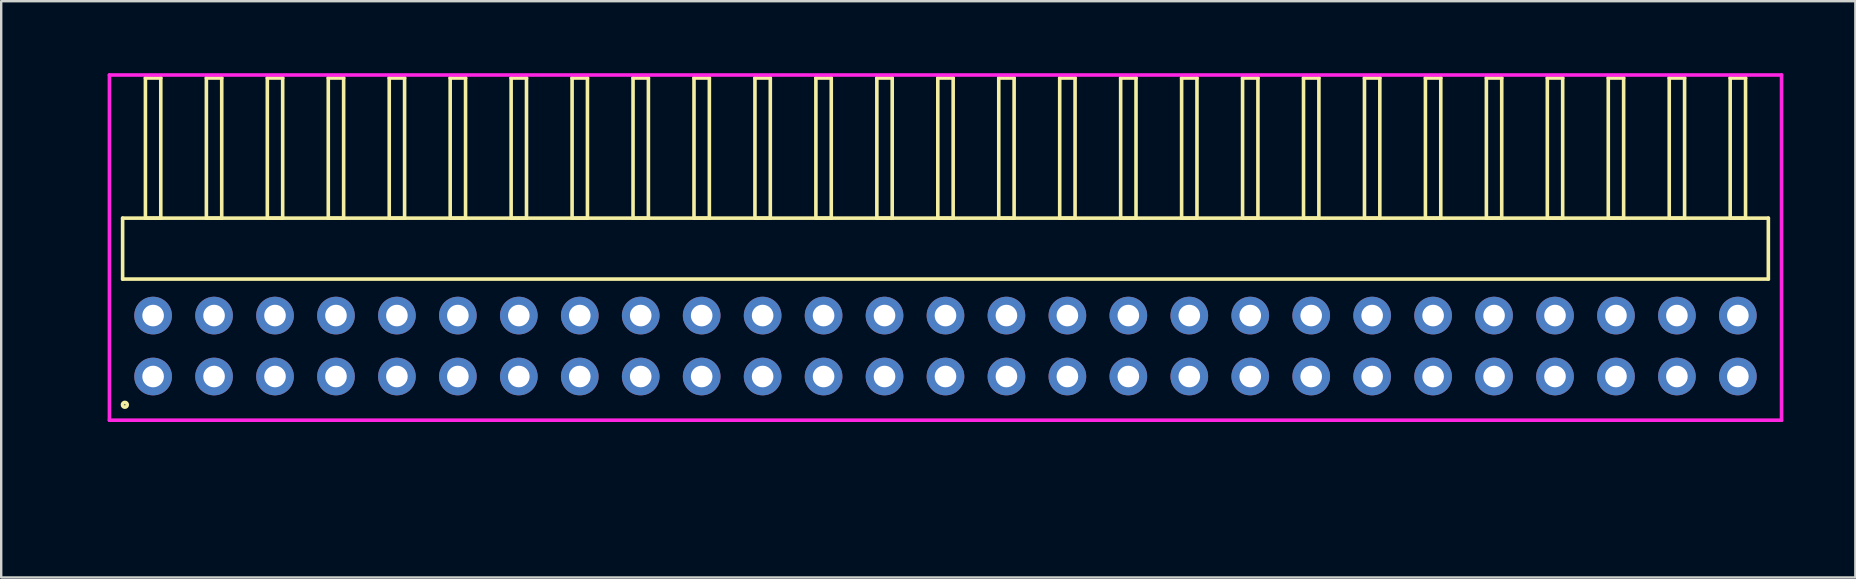
<source format=kicad_pcb>
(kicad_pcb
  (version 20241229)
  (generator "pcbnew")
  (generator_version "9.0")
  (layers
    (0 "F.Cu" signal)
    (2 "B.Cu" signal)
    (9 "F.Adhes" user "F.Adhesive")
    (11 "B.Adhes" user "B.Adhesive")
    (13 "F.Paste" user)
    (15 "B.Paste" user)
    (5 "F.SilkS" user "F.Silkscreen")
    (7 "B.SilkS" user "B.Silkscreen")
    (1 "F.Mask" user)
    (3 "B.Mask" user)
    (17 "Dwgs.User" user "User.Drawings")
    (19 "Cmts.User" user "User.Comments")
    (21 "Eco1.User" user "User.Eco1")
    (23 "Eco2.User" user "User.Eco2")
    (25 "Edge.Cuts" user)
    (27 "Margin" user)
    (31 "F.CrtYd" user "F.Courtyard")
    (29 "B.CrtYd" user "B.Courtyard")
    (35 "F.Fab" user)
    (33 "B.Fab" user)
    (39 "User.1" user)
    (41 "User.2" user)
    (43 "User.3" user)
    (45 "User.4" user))
  (footprint "HDR_RA254P27x2"
    (layer "F.Cu")
    (at 36.35 11.37)
    (property "Reference" "HDR_RA254P27x2" (at -35.59 0 90) (layer "User.1") (effects (font (size 1 1) (thickness 0.1))))
    (attr through_hole)
    (fp_line (start -34.29 -5.33) (end -34.29 -2.79) (stroke (width 0.15) (type solid)) (layer "F.SilkS"))
    (fp_line (start -34.29 -2.79) (end 34.29 -2.79) (stroke (width 0.15) (type solid)) (layer "F.SilkS"))
    (fp_line (start -33.34 -11.17) (end -33.34 -5.33) (stroke (width 0.15) (type solid)) (layer "F.SilkS"))
    (fp_line (start -33.34 -5.33) (end -32.7 -5.33) (stroke (width 0.15) (type solid)) (layer "F.SilkS"))
    (fp_line (start -32.7 -11.17) (end -33.34 -11.17) (stroke (width 0.15) (type solid)) (layer "F.SilkS"))
    (fp_line (start -32.7 -5.33) (end -32.7 -11.17) (stroke (width 0.15) (type solid)) (layer "F.SilkS"))
    (fp_line (start -30.8 -11.17) (end -30.8 -5.33) (stroke (width 0.15) (type solid)) (layer "F.SilkS"))
    (fp_line (start -30.8 -5.33) (end -30.16 -5.33) (stroke (width 0.15) (type solid)) (layer "F.SilkS"))
    (fp_line (start -30.16 -11.17) (end -30.8 -11.17) (stroke (width 0.15) (type solid)) (layer "F.SilkS"))
    (fp_line (start -30.16 -5.33) (end -30.16 -11.17) (stroke (width 0.15) (type solid)) (layer "F.SilkS"))
    (fp_line (start -28.26 -11.17) (end -28.26 -5.33) (stroke (width 0.15) (type solid)) (layer "F.SilkS"))
    (fp_line (start -28.26 -5.33) (end -27.62 -5.33) (stroke (width 0.15) (type solid)) (layer "F.SilkS"))
    (fp_line (start -27.62 -11.17) (end -28.26 -11.17) (stroke (width 0.15) (type solid)) (layer "F.SilkS"))
    (fp_line (start -27.62 -5.33) (end -27.62 -11.17) (stroke (width 0.15) (type solid)) (layer "F.SilkS"))
    (fp_line (start -25.72 -11.17) (end -25.72 -5.33) (stroke (width 0.15) (type solid)) (layer "F.SilkS"))
    (fp_line (start -25.72 -5.33) (end -25.08 -5.33) (stroke (width 0.15) (type solid)) (layer "F.SilkS"))
    (fp_line (start -25.08 -11.17) (end -25.72 -11.17) (stroke (width 0.15) (type solid)) (layer "F.SilkS"))
    (fp_line (start -25.08 -5.33) (end -25.08 -11.17) (stroke (width 0.15) (type solid)) (layer "F.SilkS"))
    (fp_line (start -23.18 -11.17) (end -23.18 -5.33) (stroke (width 0.15) (type solid)) (layer "F.SilkS"))
    (fp_line (start -23.18 -5.33) (end -22.54 -5.33) (stroke (width 0.15) (type solid)) (layer "F.SilkS"))
    (fp_line (start -22.54 -11.17) (end -23.18 -11.17) (stroke (width 0.15) (type solid)) (layer "F.SilkS"))
    (fp_line (start -22.54 -5.33) (end -22.54 -11.17) (stroke (width 0.15) (type solid)) (layer "F.SilkS"))
    (fp_line (start -20.64 -11.17) (end -20.64 -5.33) (stroke (width 0.15) (type solid)) (layer "F.SilkS"))
    (fp_line (start -20.64 -5.33) (end -20 -5.33) (stroke (width 0.15) (type solid)) (layer "F.SilkS"))
    (fp_line (start -20 -11.17) (end -20.64 -11.17) (stroke (width 0.15) (type solid)) (layer "F.SilkS"))
    (fp_line (start -20 -5.33) (end -20 -11.17) (stroke (width 0.15) (type solid)) (layer "F.SilkS"))
    (fp_line (start -18.1 -11.17) (end -18.1 -5.33) (stroke (width 0.15) (type solid)) (layer "F.SilkS"))
    (fp_line (start -18.1 -5.33) (end -17.46 -5.33) (stroke (width 0.15) (type solid)) (layer "F.SilkS"))
    (fp_line (start -17.46 -11.17) (end -18.1 -11.17) (stroke (width 0.15) (type solid)) (layer "F.SilkS"))
    (fp_line (start -17.46 -5.33) (end -17.46 -11.17) (stroke (width 0.15) (type solid)) (layer "F.SilkS"))
    (fp_line (start -15.56 -11.17) (end -15.56 -5.33) (stroke (width 0.15) (type solid)) (layer "F.SilkS"))
    (fp_line (start -15.56 -5.33) (end -14.92 -5.33) (stroke (width 0.15) (type solid)) (layer "F.SilkS"))
    (fp_line (start -14.92 -11.17) (end -15.56 -11.17) (stroke (width 0.15) (type solid)) (layer "F.SilkS"))
    (fp_line (start -14.92 -5.33) (end -14.92 -11.17) (stroke (width 0.15) (type solid)) (layer "F.SilkS"))
    (fp_line (start -13.02 -11.17) (end -13.02 -5.33) (stroke (width 0.15) (type solid)) (layer "F.SilkS"))
    (fp_line (start -13.02 -5.33) (end -12.38 -5.33) (stroke (width 0.15) (type solid)) (layer "F.SilkS"))
    (fp_line (start -12.38 -11.17) (end -13.02 -11.17) (stroke (width 0.15) (type solid)) (layer "F.SilkS"))
    (fp_line (start -12.38 -5.33) (end -12.38 -11.17) (stroke (width 0.15) (type solid)) (layer "F.SilkS"))
    (fp_line (start -10.48 -11.17) (end -10.48 -5.33) (stroke (width 0.15) (type solid)) (layer "F.SilkS"))
    (fp_line (start -10.48 -5.33) (end -9.84 -5.33) (stroke (width 0.15) (type solid)) (layer "F.SilkS"))
    (fp_line (start -9.84 -11.17) (end -10.48 -11.17) (stroke (width 0.15) (type solid)) (layer "F.SilkS"))
    (fp_line (start -9.84 -5.33) (end -9.84 -11.17) (stroke (width 0.15) (type solid)) (layer "F.SilkS"))
    (fp_line (start -7.94 -11.17) (end -7.94 -5.33) (stroke (width 0.15) (type solid)) (layer "F.SilkS"))
    (fp_line (start -7.94 -5.33) (end -7.3 -5.33) (stroke (width 0.15) (type solid)) (layer "F.SilkS"))
    (fp_line (start -7.3 -11.17) (end -7.94 -11.17) (stroke (width 0.15) (type solid)) (layer "F.SilkS"))
    (fp_line (start -7.3 -5.33) (end -7.3 -11.17) (stroke (width 0.15) (type solid)) (layer "F.SilkS"))
    (fp_line (start -5.4 -11.17) (end -5.4 -5.33) (stroke (width 0.15) (type solid)) (layer "F.SilkS"))
    (fp_line (start -5.4 -5.33) (end -4.76 -5.33) (stroke (width 0.15) (type solid)) (layer "F.SilkS"))
    (fp_line (start -4.76 -11.17) (end -5.4 -11.17) (stroke (width 0.15) (type solid)) (layer "F.SilkS"))
    (fp_line (start -4.76 -5.33) (end -4.76 -11.17) (stroke (width 0.15) (type solid)) (layer "F.SilkS"))
    (fp_line (start -2.86 -11.17) (end -2.86 -5.33) (stroke (width 0.15) (type solid)) (layer "F.SilkS"))
    (fp_line (start -2.86 -5.33) (end -2.22 -5.33) (stroke (width 0.15) (type solid)) (layer "F.SilkS"))
    (fp_line (start -2.22 -11.17) (end -2.86 -11.17) (stroke (width 0.15) (type solid)) (layer "F.SilkS"))
    (fp_line (start -2.22 -5.33) (end -2.22 -11.17) (stroke (width 0.15) (type solid)) (layer "F.SilkS"))
    (fp_line (start -0.32 -11.17) (end -0.32 -5.33) (stroke (width 0.15) (type solid)) (layer "F.SilkS"))
    (fp_line (start -0.32 -5.33) (end 0.32 -5.33) (stroke (width 0.15) (type solid)) (layer "F.SilkS"))
    (fp_line (start 0.32 -11.17) (end -0.32 -11.17) (stroke (width 0.15) (type solid)) (layer "F.SilkS"))
    (fp_line (start 0.32 -5.33) (end 0.32 -11.17) (stroke (width 0.15) (type solid)) (layer "F.SilkS"))
    (fp_line (start 2.22 -11.17) (end 2.22 -5.33) (stroke (width 0.15) (type solid)) (layer "F.SilkS"))
    (fp_line (start 2.22 -5.33) (end 2.86 -5.33) (stroke (width 0.15) (type solid)) (layer "F.SilkS"))
    (fp_line (start 2.86 -11.17) (end 2.22 -11.17) (stroke (width 0.15) (type solid)) (layer "F.SilkS"))
    (fp_line (start 2.86 -5.33) (end 2.86 -11.17) (stroke (width 0.15) (type solid)) (layer "F.SilkS"))
    (fp_line (start 4.76 -11.17) (end 4.76 -5.33) (stroke (width 0.15) (type solid)) (layer "F.SilkS"))
    (fp_line (start 4.76 -5.33) (end 5.4 -5.33) (stroke (width 0.15) (type solid)) (layer "F.SilkS"))
    (fp_line (start 5.4 -11.17) (end 4.76 -11.17) (stroke (width 0.15) (type solid)) (layer "F.SilkS"))
    (fp_line (start 5.4 -5.33) (end 5.4 -11.17) (stroke (width 0.15) (type solid)) (layer "F.SilkS"))
    (fp_line (start 7.3 -11.17) (end 7.3 -5.33) (stroke (width 0.15) (type solid)) (layer "F.SilkS"))
    (fp_line (start 7.3 -5.33) (end 7.94 -5.33) (stroke (width 0.15) (type solid)) (layer "F.SilkS"))
    (fp_line (start 7.94 -11.17) (end 7.3 -11.17) (stroke (width 0.15) (type solid)) (layer "F.SilkS"))
    (fp_line (start 7.94 -5.33) (end 7.94 -11.17) (stroke (width 0.15) (type solid)) (layer "F.SilkS"))
    (fp_line (start 9.84 -11.17) (end 9.84 -5.33) (stroke (width 0.15) (type solid)) (layer "F.SilkS"))
    (fp_line (start 9.84 -5.33) (end 10.48 -5.33) (stroke (width 0.15) (type solid)) (layer "F.SilkS"))
    (fp_line (start 10.48 -11.17) (end 9.84 -11.17) (stroke (width 0.15) (type solid)) (layer "F.SilkS"))
    (fp_line (start 10.48 -5.33) (end 10.48 -11.17) (stroke (width 0.15) (type solid)) (layer "F.SilkS"))
    (fp_line (start 12.38 -11.17) (end 12.38 -5.33) (stroke (width 0.15) (type solid)) (layer "F.SilkS"))
    (fp_line (start 12.38 -5.33) (end 13.02 -5.33) (stroke (width 0.15) (type solid)) (layer "F.SilkS"))
    (fp_line (start 13.02 -11.17) (end 12.38 -11.17) (stroke (width 0.15) (type solid)) (layer "F.SilkS"))
    (fp_line (start 13.02 -5.33) (end 13.02 -11.17) (stroke (width 0.15) (type solid)) (layer "F.SilkS"))
    (fp_line (start 14.92 -11.17) (end 14.92 -5.33) (stroke (width 0.15) (type solid)) (layer "F.SilkS"))
    (fp_line (start 14.92 -5.33) (end 15.56 -5.33) (stroke (width 0.15) (type solid)) (layer "F.SilkS"))
    (fp_line (start 15.56 -11.17) (end 14.92 -11.17) (stroke (width 0.15) (type solid)) (layer "F.SilkS"))
    (fp_line (start 15.56 -5.33) (end 15.56 -11.17) (stroke (width 0.15) (type solid)) (layer "F.SilkS"))
    (fp_line (start 17.46 -11.17) (end 17.46 -5.33) (stroke (width 0.15) (type solid)) (layer "F.SilkS"))
    (fp_line (start 17.46 -5.33) (end 18.1 -5.33) (stroke (width 0.15) (type solid)) (layer "F.SilkS"))
    (fp_line (start 18.1 -11.17) (end 17.46 -11.17) (stroke (width 0.15) (type solid)) (layer "F.SilkS"))
    (fp_line (start 18.1 -5.33) (end 18.1 -11.17) (stroke (width 0.15) (type solid)) (layer "F.SilkS"))
    (fp_line (start 20 -11.17) (end 20 -5.33) (stroke (width 0.15) (type solid)) (layer "F.SilkS"))
    (fp_line (start 20 -5.33) (end 20.64 -5.33) (stroke (width 0.15) (type solid)) (layer "F.SilkS"))
    (fp_line (start 20.64 -11.17) (end 20 -11.17) (stroke (width 0.15) (type solid)) (layer "F.SilkS"))
    (fp_line (start 20.64 -5.33) (end 20.64 -11.17) (stroke (width 0.15) (type solid)) (layer "F.SilkS"))
    (fp_line (start 22.54 -11.17) (end 22.54 -5.33) (stroke (width 0.15) (type solid)) (layer "F.SilkS"))
    (fp_line (start 22.54 -5.33) (end 23.18 -5.33) (stroke (width 0.15) (type solid)) (layer "F.SilkS"))
    (fp_line (start 23.18 -11.17) (end 22.54 -11.17) (stroke (width 0.15) (type solid)) (layer "F.SilkS"))
    (fp_line (start 23.18 -5.33) (end 23.18 -11.17) (stroke (width 0.15) (type solid)) (layer "F.SilkS"))
    (fp_line (start 25.08 -11.17) (end 25.08 -5.33) (stroke (width 0.15) (type solid)) (layer "F.SilkS"))
    (fp_line (start 25.08 -5.33) (end 25.72 -5.33) (stroke (width 0.15) (type solid)) (layer "F.SilkS"))
    (fp_line (start 25.72 -11.17) (end 25.08 -11.17) (stroke (width 0.15) (type solid)) (layer "F.SilkS"))
    (fp_line (start 25.72 -5.33) (end 25.72 -11.17) (stroke (width 0.15) (type solid)) (layer "F.SilkS"))
    (fp_line (start 27.62 -11.17) (end 27.62 -5.33) (stroke (width 0.15) (type solid)) (layer "F.SilkS"))
    (fp_line (start 27.62 -5.33) (end 28.26 -5.33) (stroke (width 0.15) (type solid)) (layer "F.SilkS"))
    (fp_line (start 28.26 -11.17) (end 27.62 -11.17) (stroke (width 0.15) (type solid)) (layer "F.SilkS"))
    (fp_line (start 28.26 -5.33) (end 28.26 -11.17) (stroke (width 0.15) (type solid)) (layer "F.SilkS"))
    (fp_line (start 30.16 -11.17) (end 30.16 -5.33) (stroke (width 0.15) (type solid)) (layer "F.SilkS"))
    (fp_line (start 30.16 -5.33) (end 30.8 -5.33) (stroke (width 0.15) (type solid)) (layer "F.SilkS"))
    (fp_line (start 30.8 -11.17) (end 30.16 -11.17) (stroke (width 0.15) (type solid)) (layer "F.SilkS"))
    (fp_line (start 30.8 -5.33) (end 30.8 -11.17) (stroke (width 0.15) (type solid)) (layer "F.SilkS"))
    (fp_line (start 32.7 -11.17) (end 32.7 -5.33) (stroke (width 0.15) (type solid)) (layer "F.SilkS"))
    (fp_line (start 32.7 -5.33) (end 33.34 -5.33) (stroke (width 0.15) (type solid)) (layer "F.SilkS"))
    (fp_line (start 33.34 -11.17) (end 32.7 -11.17) (stroke (width 0.15) (type solid)) (layer "F.SilkS"))
    (fp_line (start 33.34 -5.33) (end 33.34 -11.17) (stroke (width 0.15) (type solid)) (layer "F.SilkS"))
    (fp_line (start 34.29 -5.33) (end -34.29 -5.33) (stroke (width 0.15) (type solid)) (layer "F.SilkS"))
    (fp_line (start 34.29 -2.79) (end 34.29 -5.33) (stroke (width 0.15) (type solid)) (layer "F.SilkS"))
    (fp_circle (center -34.197 2.448) (end -34.097 2.448) (stroke (width 0.15) (type solid)) (fill no) (layer "F.SilkS"))
    (fp_line (start -34.84 -11.295) (end -34.84 3.09) (stroke (width 0.15) (type solid)) (layer "F.CrtYd"))
    (fp_line (start -34.84 3.09) (end 34.84 3.09) (stroke (width 0.15) (type solid)) (layer "F.CrtYd"))
    (fp_line (start 34.84 -11.295) (end -34.84 -11.295) (stroke (width 0.15) (type solid)) (layer "F.CrtYd"))
    (fp_line (start 34.84 3.09) (end 34.84 -11.295) (stroke (width 0.15) (type solid)) (layer "F.CrtYd"))
    (pad "1" thru_hole oval (at -33.02 1.27) (size 1.57 1.57) (drill 0.9) (layers "*.Cu" "*.Mask"))
    (pad "2" thru_hole oval (at -33.02 -1.27) (size 1.57 1.57) (drill 0.9) (layers "*.Cu" "*.Mask"))
    (pad "3" thru_hole oval (at -30.48 1.27) (size 1.57 1.57) (drill 0.9) (layers "*.Cu" "*.Mask"))
    (pad "4" thru_hole oval (at -30.48 -1.27) (size 1.57 1.57) (drill 0.9) (layers "*.Cu" "*.Mask"))
    (pad "5" thru_hole oval (at -27.94 1.27) (size 1.57 1.57) (drill 0.9) (layers "*.Cu" "*.Mask"))
    (pad "6" thru_hole oval (at -27.94 -1.27) (size 1.57 1.57) (drill 0.9) (layers "*.Cu" "*.Mask"))
    (pad "7" thru_hole oval (at -25.4 1.27) (size 1.57 1.57) (drill 0.9) (layers "*.Cu" "*.Mask"))
    (pad "8" thru_hole oval (at -25.4 -1.27) (size 1.57 1.57) (drill 0.9) (layers "*.Cu" "*.Mask"))
    (pad "9" thru_hole oval (at -22.86 1.27) (size 1.57 1.57) (drill 0.9) (layers "*.Cu" "*.Mask"))
    (pad "10" thru_hole oval (at -22.86 -1.27) (size 1.57 1.57) (drill 0.9) (layers "*.Cu" "*.Mask"))
    (pad "11" thru_hole oval (at -20.32 1.27) (size 1.57 1.57) (drill 0.9) (layers "*.Cu" "*.Mask"))
    (pad "12" thru_hole oval (at -20.32 -1.27) (size 1.57 1.57) (drill 0.9) (layers "*.Cu" "*.Mask"))
    (pad "13" thru_hole oval (at -17.78 1.27) (size 1.57 1.57) (drill 0.9) (layers "*.Cu" "*.Mask"))
    (pad "14" thru_hole oval (at -17.78 -1.27) (size 1.57 1.57) (drill 0.9) (layers "*.Cu" "*.Mask"))
    (pad "15" thru_hole oval (at -15.24 1.27) (size 1.57 1.57) (drill 0.9) (layers "*.Cu" "*.Mask"))
    (pad "16" thru_hole oval (at -15.24 -1.27) (size 1.57 1.57) (drill 0.9) (layers "*.Cu" "*.Mask"))
    (pad "17" thru_hole oval (at -12.7 1.27) (size 1.57 1.57) (drill 0.9) (layers "*.Cu" "*.Mask"))
    (pad "18" thru_hole oval (at -12.7 -1.27) (size 1.57 1.57) (drill 0.9) (layers "*.Cu" "*.Mask"))
    (pad "19" thru_hole oval (at -10.16 1.27) (size 1.57 1.57) (drill 0.9) (layers "*.Cu" "*.Mask"))
    (pad "20" thru_hole oval (at -10.16 -1.27) (size 1.57 1.57) (drill 0.9) (layers "*.Cu" "*.Mask"))
    (pad "21" thru_hole oval (at -7.62 1.27) (size 1.57 1.57) (drill 0.9) (layers "*.Cu" "*.Mask"))
    (pad "22" thru_hole oval (at -7.62 -1.27) (size 1.57 1.57) (drill 0.9) (layers "*.Cu" "*.Mask"))
    (pad "23" thru_hole oval (at -5.08 1.27) (size 1.57 1.57) (drill 0.9) (layers "*.Cu" "*.Mask"))
    (pad "24" thru_hole oval (at -5.08 -1.27) (size 1.57 1.57) (drill 0.9) (layers "*.Cu" "*.Mask"))
    (pad "25" thru_hole oval (at -2.54 1.27) (size 1.57 1.57) (drill 0.9) (layers "*.Cu" "*.Mask"))
    (pad "26" thru_hole oval (at -2.54 -1.27) (size 1.57 1.57) (drill 0.9) (layers "*.Cu" "*.Mask"))
    (pad "27" thru_hole oval (at 0 1.27) (size 1.57 1.57) (drill 0.9) (layers "*.Cu" "*.Mask"))
    (pad "28" thru_hole oval (at 0 -1.27) (size 1.57 1.57) (drill 0.9) (layers "*.Cu" "*.Mask"))
    (pad "29" thru_hole oval (at 2.54 1.27) (size 1.57 1.57) (drill 0.9) (layers "*.Cu" "*.Mask"))
    (pad "30" thru_hole oval (at 2.54 -1.27) (size 1.57 1.57) (drill 0.9) (layers "*.Cu" "*.Mask"))
    (pad "31" thru_hole oval (at 5.08 1.27) (size 1.57 1.57) (drill 0.9) (layers "*.Cu" "*.Mask"))
    (pad "32" thru_hole oval (at 5.08 -1.27) (size 1.57 1.57) (drill 0.9) (layers "*.Cu" "*.Mask"))
    (pad "33" thru_hole oval (at 7.62 1.27) (size 1.57 1.57) (drill 0.9) (layers "*.Cu" "*.Mask"))
    (pad "34" thru_hole oval (at 7.62 -1.27) (size 1.57 1.57) (drill 0.9) (layers "*.Cu" "*.Mask"))
    (pad "35" thru_hole oval (at 10.16 1.27) (size 1.57 1.57) (drill 0.9) (layers "*.Cu" "*.Mask"))
    (pad "36" thru_hole oval (at 10.16 -1.27) (size 1.57 1.57) (drill 0.9) (layers "*.Cu" "*.Mask"))
    (pad "37" thru_hole oval (at 12.7 1.27) (size 1.57 1.57) (drill 0.9) (layers "*.Cu" "*.Mask"))
    (pad "38" thru_hole oval (at 12.7 -1.27) (size 1.57 1.57) (drill 0.9) (layers "*.Cu" "*.Mask"))
    (pad "39" thru_hole oval (at 15.24 1.27) (size 1.57 1.57) (drill 0.9) (layers "*.Cu" "*.Mask"))
    (pad "40" thru_hole oval (at 15.24 -1.27) (size 1.57 1.57) (drill 0.9) (layers "*.Cu" "*.Mask"))
    (pad "41" thru_hole oval (at 17.78 1.27) (size 1.57 1.57) (drill 0.9) (layers "*.Cu" "*.Mask"))
    (pad "42" thru_hole oval (at 17.78 -1.27) (size 1.57 1.57) (drill 0.9) (layers "*.Cu" "*.Mask"))
    (pad "43" thru_hole oval (at 20.32 1.27) (size 1.57 1.57) (drill 0.9) (layers "*.Cu" "*.Mask"))
    (pad "44" thru_hole oval (at 20.32 -1.27) (size 1.57 1.57) (drill 0.9) (layers "*.Cu" "*.Mask"))
    (pad "45" thru_hole oval (at 22.86 1.27) (size 1.57 1.57) (drill 0.9) (layers "*.Cu" "*.Mask"))
    (pad "46" thru_hole oval (at 22.86 -1.27) (size 1.57 1.57) (drill 0.9) (layers "*.Cu" "*.Mask"))
    (pad "47" thru_hole oval (at 25.4 1.27) (size 1.57 1.57) (drill 0.9) (layers "*.Cu" "*.Mask"))
    (pad "48" thru_hole oval (at 25.4 -1.27) (size 1.57 1.57) (drill 0.9) (layers "*.Cu" "*.Mask"))
    (pad "49" thru_hole oval (at 27.94 1.27) (size 1.57 1.57) (drill 0.9) (layers "*.Cu" "*.Mask"))
    (pad "50" thru_hole oval (at 27.94 -1.27) (size 1.57 1.57) (drill 0.9) (layers "*.Cu" "*.Mask"))
    (pad "51" thru_hole oval (at 30.48 1.27) (size 1.57 1.57) (drill 0.9) (layers "*.Cu" "*.Mask"))
    (pad "52" thru_hole oval (at 30.48 -1.27) (size 1.57 1.57) (drill 0.9) (layers "*.Cu" "*.Mask"))
    (pad "53" thru_hole oval (at 33.02 1.27) (size 1.57 1.57) (drill 0.9) (layers "*.Cu" "*.Mask"))
    (pad "54" thru_hole oval (at 33.02 -1.27) (size 1.57 1.57) (drill 0.9) (layers "*.Cu" "*.Mask")))
  (gr_rect
    (start -3 -3)
    (end 74.266 21.015)
    (stroke (width 0.1) (type default))
    (fill no)
    (layer "Edge.Cuts")))
</source>
